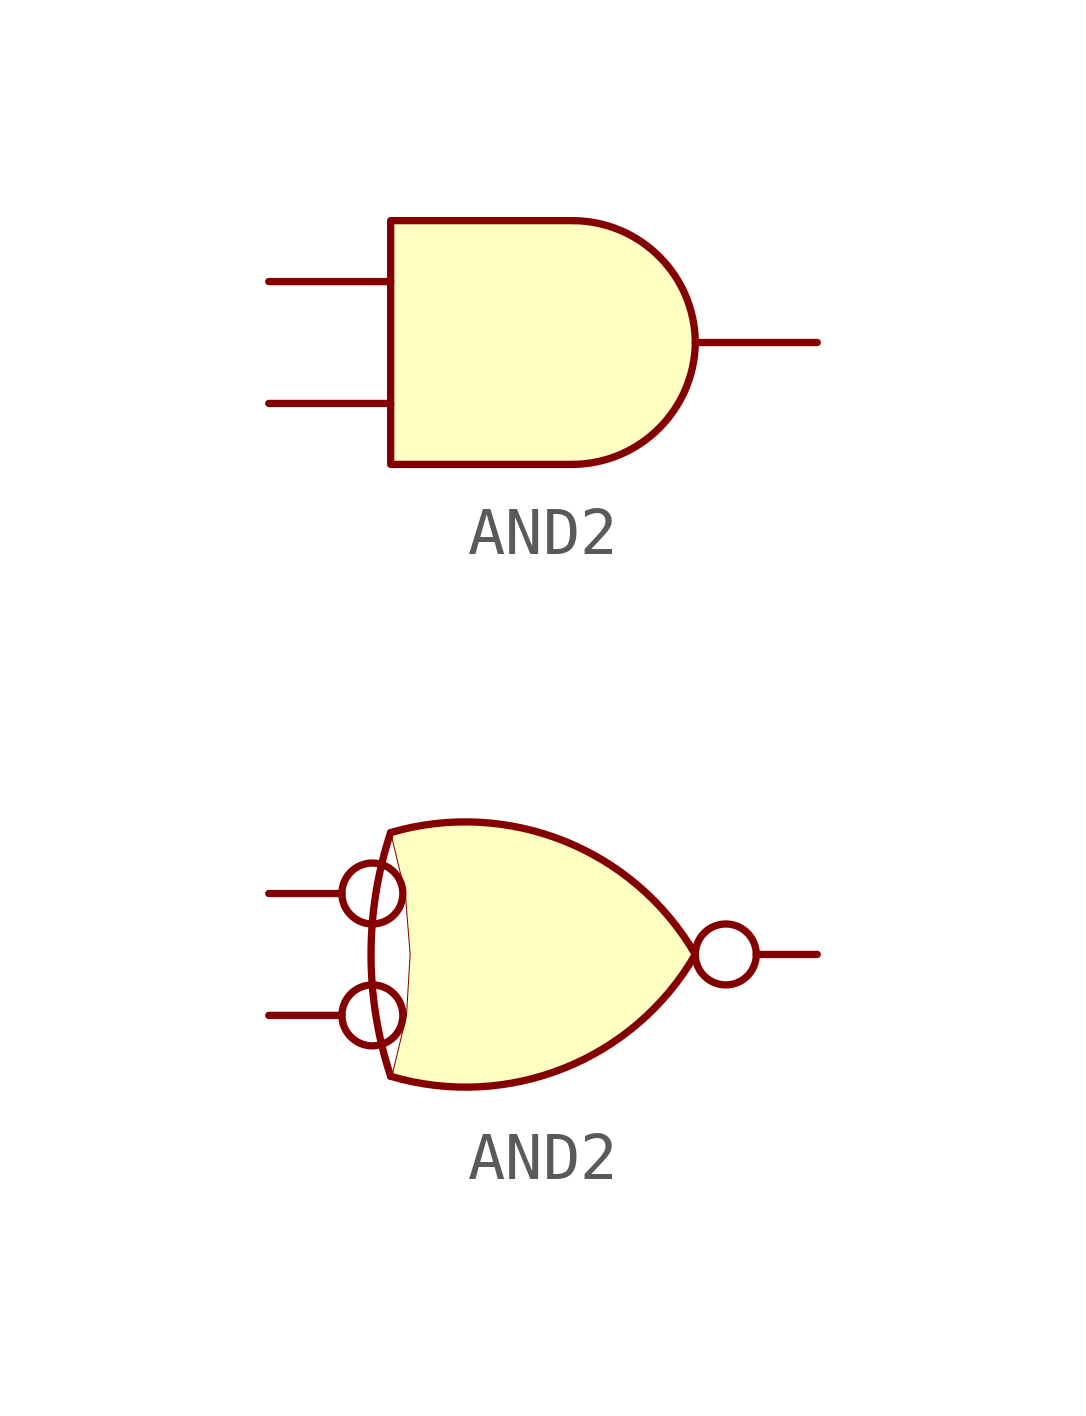
<source format=kicad_sym>
(kicad_symbol_lib
  (version 20211014)
  (generator kicad_symbol_editor)
  (symbol "AND2"
    (property "Reference" "U"
      (at -3.81 -5.08 0)
      (effects (font (size 1.27 1.27)) hide))
    (symbol "AND2_0_1"
      (polyline (pts (xy 3.81 -2.54) (xy 0 -2.54) (xy 0 2.54) (xy 3.81 2.54)) (stroke (width 0.152) (type default) (color 0 0 0 0)) (fill (type background)))
      (arc (start 3.81 -2.54) (mid 5.5957 -1.7857) (end 6.35 0) (stroke (width 0.1524) (type default) (color 0 0 0 0)) (fill (type background)))
      (arc (start 6.35 0) (mid 5.5994 1.7894) (end 3.81 2.54) (stroke (width 0.1524) (type default) (color 0 0 0 0)) (fill (type background))))
    (symbol "AND2_0_2"
      (arc (start 0 -2.54) (mid 3.6151 -2.3702) (end 6.35 0) (stroke (width 0.1524) (type default) (color 0 0 0 0)) (fill (type background)))
      (polyline (pts (xy 1.027 -2.743) (xy 0.025 -2.54) (xy 0.33 -1.27) (xy 0.406 0) (xy 0.305 1.27) (xy 0 2.54) (xy 0.889 2.718)) (stroke (width 0.003) (type default) (color 0 0 0 0)) (fill (type background)))
      (arc (start 0 2.54) (mid -15.7777 0) (end 0 -2.54) (stroke (width 0.1524) (type default) (color 0 0 0 0)) (fill (type none)))
      (arc (start 6.35 0) (mid 3.6133 2.3657) (end 0 2.54) (stroke (width 0.1524) (type default) (color 0 0 0 0)) (fill (type background))))
    (symbol "AND2_1_1"
      (pin input line (at -2.54 -1.27 0) (length 2.54) (name "" (effects (font (size 1.27 1.27)))) (number "" (effects (font (size 1.27 1.27)))))
      (pin input line (at -2.54 1.27 0) (length 2.54) (name "" (effects (font (size 1.27 1.27)))) (number "" (effects (font (size 1.27 1.27)))))
      (pin output line (at 8.89 0 180) (length 2.54) (name "" (effects (font (size 1.27 1.27)))) (number "" (effects (font (size 1.27 1.27))))))
    (symbol "AND2_1_2"
      (pin input inverted (at -2.54 -1.27 0) (length 2.794) (name "" (effects (font (size 1.27 1.27)))) (number "" (effects (font (size 1.27 1.27)))))
      (pin input inverted (at -2.54 1.27 0) (length 2.794) (name "" (effects (font (size 1.27 1.27)))) (number "" (effects (font (size 1.27 1.27)))))
      (pin output inverted (at 8.89 0 180) (length 2.54) (name "" (effects (font (size 1.27 1.27)))) (number "" (effects (font (size 1.27 1.27))))))))
</source>
